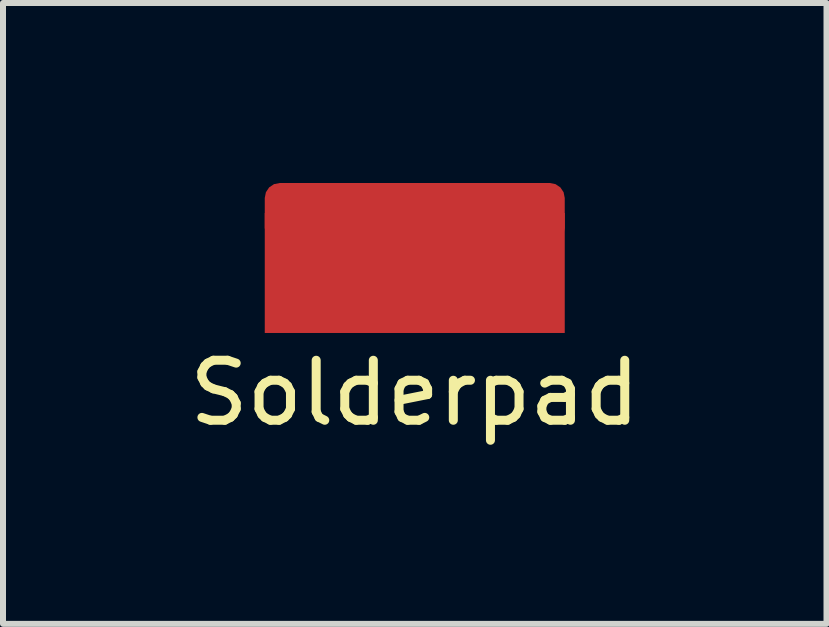
<source format=kicad_pcb>
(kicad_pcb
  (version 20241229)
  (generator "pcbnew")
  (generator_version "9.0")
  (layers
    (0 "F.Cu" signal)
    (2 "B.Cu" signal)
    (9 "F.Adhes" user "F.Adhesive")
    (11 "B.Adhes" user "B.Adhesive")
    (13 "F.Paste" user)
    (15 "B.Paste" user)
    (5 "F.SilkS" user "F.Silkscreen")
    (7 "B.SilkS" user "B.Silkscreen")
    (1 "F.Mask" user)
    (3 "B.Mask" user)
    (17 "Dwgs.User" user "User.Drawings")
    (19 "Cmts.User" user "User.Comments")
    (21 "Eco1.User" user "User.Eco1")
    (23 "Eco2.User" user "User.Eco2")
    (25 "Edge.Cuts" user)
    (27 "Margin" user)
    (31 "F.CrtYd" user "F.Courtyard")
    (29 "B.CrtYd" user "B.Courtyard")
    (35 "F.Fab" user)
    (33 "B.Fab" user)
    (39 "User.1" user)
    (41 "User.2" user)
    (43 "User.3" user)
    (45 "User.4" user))
  (footprint "Solderpad"
    (layer "F.Cu")
    (at 3.863 1.25)
    (property "Reference" "Solderpad" (at 0 2.25 0) (unlocked yes) (layer "F.SilkS") (effects (font (size 1 1) (thickness 0.15))))
    (attr smd)
    (pad "1" smd roundrect (at 0 -0.75) (size 5 1) (layers "F.Cu" "F.Mask" "F.Paste") (roundrect_rratio 0.25))
    (pad "1" smd rect (at 0 0.25) (size 5 2) (layers "F.Cu" "F.Mask" "F.Paste")))
  (gr_rect
    (start -3 -3)
    (end 10.726 7.348)
    (stroke (width 0.1) (type default))
    (fill no)
    (layer "Edge.Cuts")))
</source>
